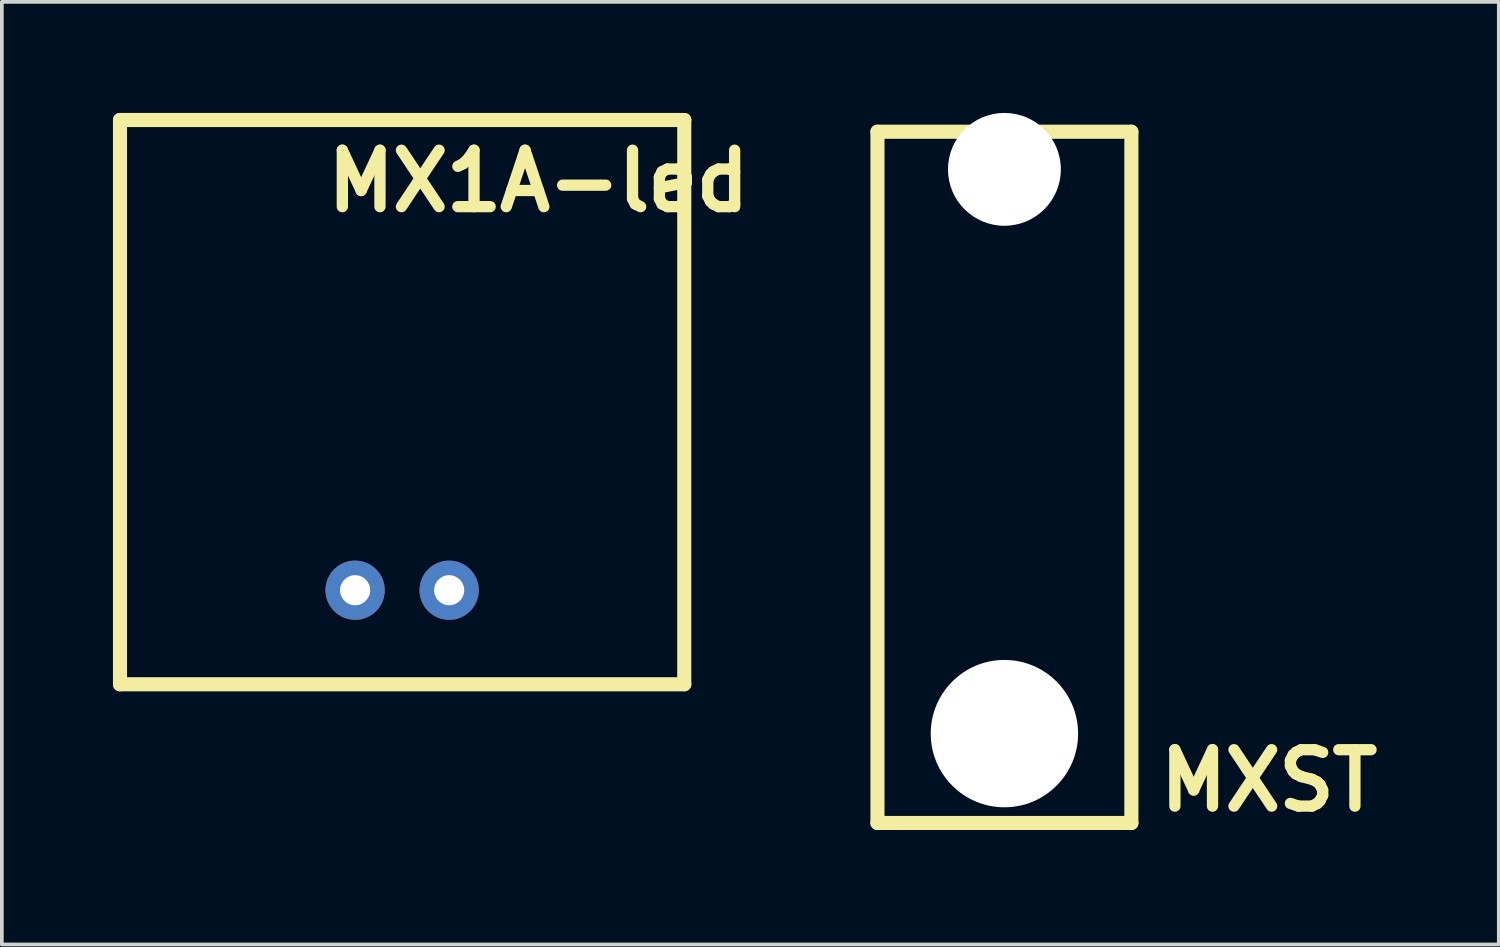
<source format=kicad_pcb>
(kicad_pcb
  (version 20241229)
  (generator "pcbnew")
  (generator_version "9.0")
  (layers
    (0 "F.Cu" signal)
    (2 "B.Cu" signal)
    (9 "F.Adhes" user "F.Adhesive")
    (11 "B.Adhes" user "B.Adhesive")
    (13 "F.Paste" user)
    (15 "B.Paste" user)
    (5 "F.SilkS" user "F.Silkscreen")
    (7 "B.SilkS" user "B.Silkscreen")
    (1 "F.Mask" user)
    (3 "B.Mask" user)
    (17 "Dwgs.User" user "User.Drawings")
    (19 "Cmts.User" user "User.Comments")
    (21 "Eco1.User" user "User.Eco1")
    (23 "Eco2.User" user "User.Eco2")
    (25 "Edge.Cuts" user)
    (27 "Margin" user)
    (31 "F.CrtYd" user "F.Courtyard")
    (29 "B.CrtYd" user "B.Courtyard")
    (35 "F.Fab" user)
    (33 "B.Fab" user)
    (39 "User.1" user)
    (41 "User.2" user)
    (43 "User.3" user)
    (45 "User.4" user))
  (footprint "MXST"
    (layer "F.Cu")
    (at 24.078 8.509)
    (property "Reference" "MXST" (at 7.144 9.524 0) (layer "F.SilkS") (effects (font (size 1.524 1.524) (thickness 0.305))))
    (attr through_hole)
    (fp_line (start -3.429 -8.001) (end -3.429 10.668) (stroke (width 0.381) (type solid)) (layer "F.SilkS"))
    (fp_line (start -3.429 10.668) (end 3.429 10.668) (stroke (width 0.381) (type solid)) (layer "F.SilkS"))
    (fp_line (start 3.429 -8.001) (end -3.429 -8.001) (stroke (width 0.381) (type solid)) (layer "F.SilkS"))
    (fp_line (start 3.429 10.668) (end 3.429 -8.001) (stroke (width 0.381) (type solid)) (layer "F.SilkS"))
    (pad "" np_thru_hole circle (at 0 -6.985) (size 3.048 3.048) (drill 3.048) (layers "*.Cu" "*.Mask"))
    (pad "" np_thru_hole circle (at 0 8.255) (size 3.98 3.98) (drill 3.98) (layers "*.Cu" "*.Mask")))
  (footprint "MX1A-led"
    (layer "F.Cu")
    (at 7.811 7.811)
    (property "Reference" "MX1A-led" (at 3.683 -5.969 0) (layer "F.SilkS") (effects (font (size 1.524 1.524) (thickness 0.305))))
    (attr through_hole)
    (fp_line (start -7.62 -7.62) (end 7.62 -7.62) (stroke (width 0.381) (type solid)) (layer "F.SilkS"))
    (fp_line (start -7.62 7.62) (end -7.62 -7.62) (stroke (width 0.381) (type solid)) (layer "F.SilkS"))
    (fp_line (start 7.62 -7.62) (end 7.62 7.62) (stroke (width 0.381) (type solid)) (layer "F.SilkS"))
    (fp_line (start 7.62 7.62) (end -7.62 7.62) (stroke (width 0.381) (type solid)) (layer "F.SilkS"))
    (pad "1" thru_hole circle (at -1.27 5.08) (size 1.6 1.6) (drill 0.813) (layers "*.Cu" "*.Mask"))
    (pad "2" thru_hole circle (at 1.27 5.08) (size 1.6 1.6) (drill 0.813) (layers "*.Cu" "*.Mask")))
  (gr_rect
    (start -3 -3)
    (end 37.43 22.459)
    (stroke (width 0.1) (type default))
    (fill no)
    (layer "Edge.Cuts")))
</source>
